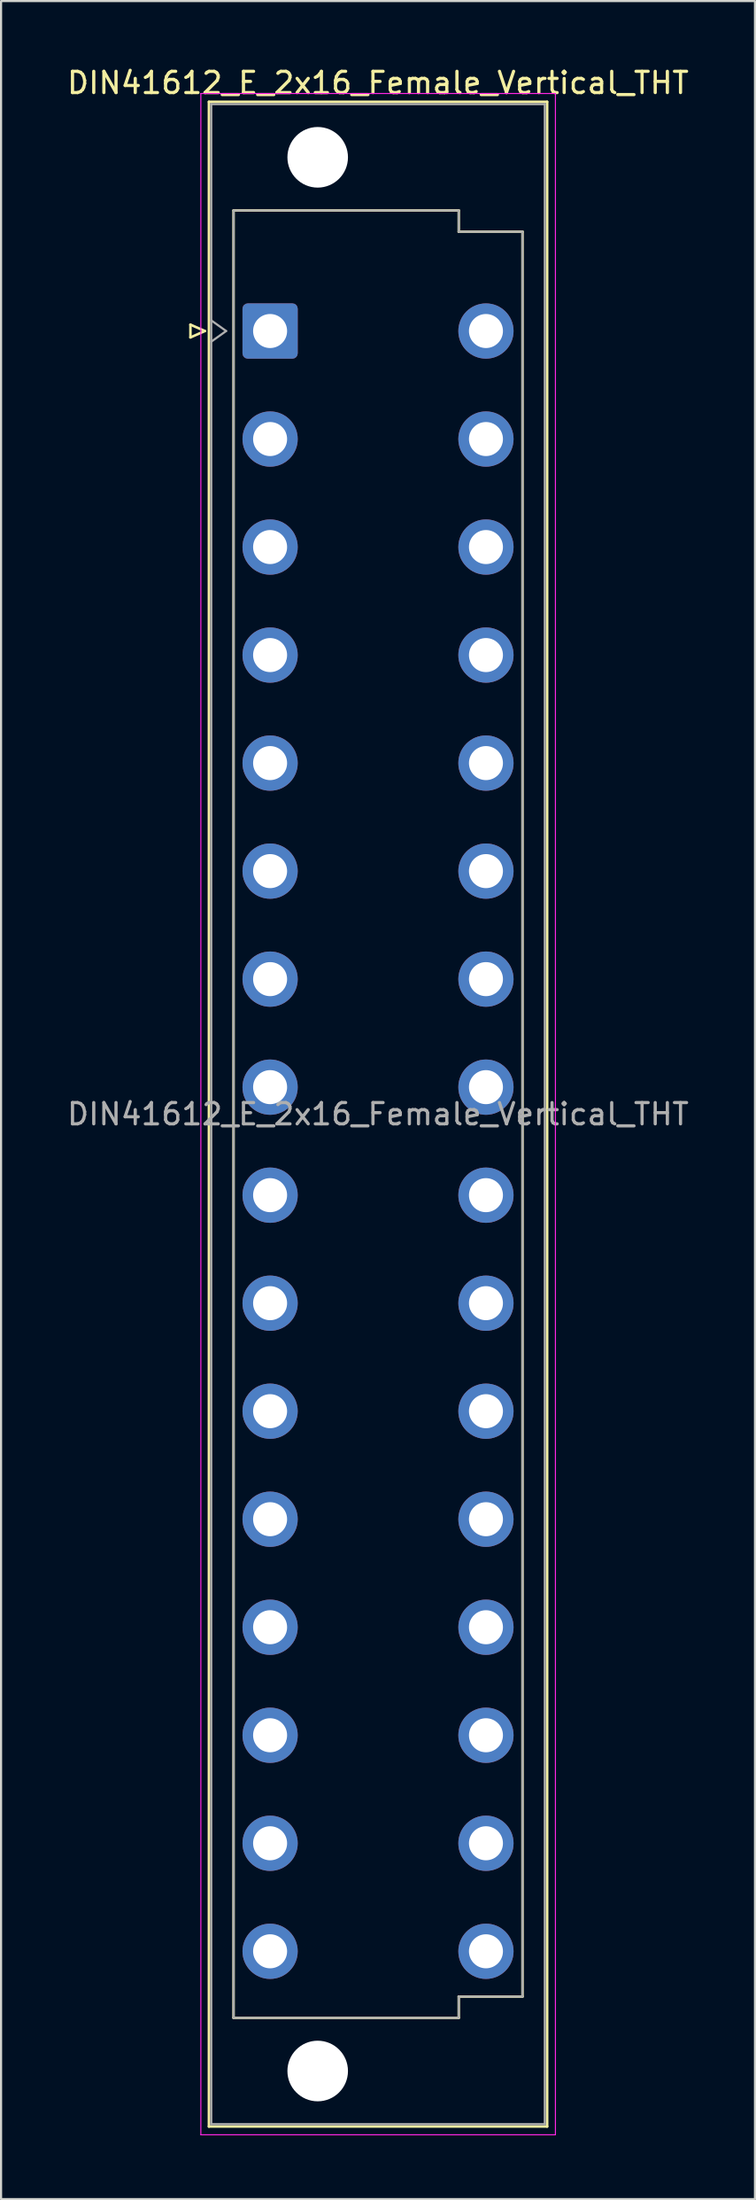
<source format=kicad_pcb>
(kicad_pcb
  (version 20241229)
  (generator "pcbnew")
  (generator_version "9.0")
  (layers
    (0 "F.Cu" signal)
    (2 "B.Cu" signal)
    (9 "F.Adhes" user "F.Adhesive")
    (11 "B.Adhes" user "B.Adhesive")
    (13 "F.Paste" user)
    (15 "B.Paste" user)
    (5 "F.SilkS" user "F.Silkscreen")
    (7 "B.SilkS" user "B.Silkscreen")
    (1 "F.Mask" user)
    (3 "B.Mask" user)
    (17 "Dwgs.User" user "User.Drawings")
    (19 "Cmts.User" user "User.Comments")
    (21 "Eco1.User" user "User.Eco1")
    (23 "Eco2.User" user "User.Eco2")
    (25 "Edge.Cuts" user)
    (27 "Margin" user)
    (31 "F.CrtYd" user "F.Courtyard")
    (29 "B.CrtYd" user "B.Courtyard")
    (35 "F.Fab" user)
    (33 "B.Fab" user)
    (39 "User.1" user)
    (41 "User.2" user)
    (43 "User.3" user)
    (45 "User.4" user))
  (footprint "DIN41612_E_2x16_Female_Vertical_THT"
    (layer "F.Cu")
    (at 9.664 9.978)
    (property "Reference" "DIN41612_E_2x16_Female_Vertical_THT" (at 5.08 -9.13 0) (layer "F.SilkS") (effects (font (size 1 1) (thickness 0.15))))
    (attr through_hole)
    (fp_line (start -3.75 2.24) (end -3.75 2.84) (stroke (width 0.12) (type solid)) (layer "F.SilkS"))
    (fp_line (start -3.75 2.84) (end -3.07 2.54) (stroke (width 0.12) (type solid)) (layer "F.SilkS"))
    (fp_line (start -3.07 2.54) (end -3.75 2.24) (stroke (width 0.12) (type solid)) (layer "F.SilkS"))
    (fp_line (start -2.88 -8.24) (end 13.04 -8.24) (stroke (width 0.12) (type solid)) (layer "F.SilkS"))
    (fp_line (start -2.88 86.98) (end -2.88 -8.24) (stroke (width 0.12) (type solid)) (layer "F.SilkS"))
    (fp_line (start -1.72 -3.131) (end 8.88 -3.131) (stroke (width 0.12) (type solid)) (layer "F.SilkS"))
    (fp_line (start -1.72 81.87) (end -1.72 -3.131) (stroke (width 0.12) (type solid)) (layer "F.SilkS"))
    (fp_line (start 8.88 -3.131) (end 8.88 -2.131) (stroke (width 0.12) (type solid)) (layer "F.SilkS"))
    (fp_line (start 8.88 -2.131) (end 11.88 -2.131) (stroke (width 0.12) (type solid)) (layer "F.SilkS"))
    (fp_line (start 8.88 80.87) (end 8.88 81.87) (stroke (width 0.12) (type solid)) (layer "F.SilkS"))
    (fp_line (start 8.88 81.87) (end -1.72 81.87) (stroke (width 0.12) (type solid)) (layer "F.SilkS"))
    (fp_line (start 11.88 -2.131) (end 11.88 80.87) (stroke (width 0.12) (type solid)) (layer "F.SilkS"))
    (fp_line (start 11.88 80.87) (end 8.88 80.87) (stroke (width 0.12) (type solid)) (layer "F.SilkS"))
    (fp_line (start 13.04 -8.24) (end 13.04 86.98) (stroke (width 0.12) (type solid)) (layer "F.SilkS"))
    (fp_line (start 13.04 86.98) (end -2.88 86.98) (stroke (width 0.12) (type solid)) (layer "F.SilkS"))
    (fp_line (start -3.26 -8.63) (end 13.43 -8.63) (stroke (width 0.05) (type solid)) (layer "F.CrtYd"))
    (fp_line (start -3.26 87.37) (end -3.26 -8.63) (stroke (width 0.05) (type solid)) (layer "F.CrtYd"))
    (fp_line (start 13.43 -8.63) (end 13.43 87.37) (stroke (width 0.05) (type solid)) (layer "F.CrtYd"))
    (fp_line (start 13.43 87.37) (end -3.26 87.37) (stroke (width 0.05) (type solid)) (layer "F.CrtYd"))
    (fp_line (start -2.77 -8.13) (end 12.93 -8.13) (stroke (width 0.1) (type solid)) (layer "F.Fab"))
    (fp_line (start -2.77 2.04) (end -2.07 2.54) (stroke (width 0.1) (type solid)) (layer "F.Fab"))
    (fp_line (start -2.77 86.87) (end -2.77 -8.13) (stroke (width 0.1) (type solid)) (layer "F.Fab"))
    (fp_line (start -2.07 2.54) (end -2.77 3.04) (stroke (width 0.1) (type solid)) (layer "F.Fab"))
    (fp_line (start -1.72 -3.13) (end 8.88 -3.13) (stroke (width 0.1) (type solid)) (layer "F.Fab"))
    (fp_line (start -1.72 81.87) (end -1.72 -3.13) (stroke (width 0.1) (type solid)) (layer "F.Fab"))
    (fp_line (start 8.88 -3.13) (end 8.88 -2.13) (stroke (width 0.1) (type solid)) (layer "F.Fab"))
    (fp_line (start 8.88 -2.13) (end 11.88 -2.13) (stroke (width 0.1) (type solid)) (layer "F.Fab"))
    (fp_line (start 8.88 80.87) (end 8.88 81.87) (stroke (width 0.1) (type solid)) (layer "F.Fab"))
    (fp_line (start 8.88 81.87) (end -1.72 81.87) (stroke (width 0.1) (type solid)) (layer "F.Fab"))
    (fp_line (start 11.88 -2.13) (end 11.88 80.87) (stroke (width 0.1) (type solid)) (layer "F.Fab"))
    (fp_line (start 11.88 80.87) (end 8.88 80.87) (stroke (width 0.1) (type solid)) (layer "F.Fab"))
    (fp_line (start 12.93 -8.13) (end 12.93 86.87) (stroke (width 0.1) (type solid)) (layer "F.Fab"))
    (fp_line (start 12.93 86.87) (end -2.77 86.87) (stroke (width 0.1) (type solid)) (layer "F.Fab"))
    (fp_text user "${REFERENCE}" (at 5.08 39.37 0) (layer "F.Fab") (effects (font (size 1 1) (thickness 0.15))))
    (pad "" np_thru_hole circle (at 2.24 -5.63) (size 2.85 2.85) (drill 2.85) (layers "*.Cu" "*.Mask"))
    (pad "" np_thru_hole circle (at 2.24 84.37) (size 2.85 2.85) (drill 2.85) (layers "*.Cu" "*.Mask"))
    (pad "a2" thru_hole roundrect (at 0 2.54) (size 2.6 2.6) (drill 1.6) (layers "*.Cu" "*.Mask") (roundrect_rratio 0.096))
    (pad "a4" thru_hole circle (at 0 7.62) (size 2.6 2.6) (drill 1.6) (layers "*.Cu" "*.Mask"))
    (pad "a6" thru_hole circle (at 0 12.7) (size 2.6 2.6) (drill 1.6) (layers "*.Cu" "*.Mask"))
    (pad "a8" thru_hole circle (at 0 17.78) (size 2.6 2.6) (drill 1.6) (layers "*.Cu" "*.Mask"))
    (pad "a10" thru_hole circle (at 0 22.86) (size 2.6 2.6) (drill 1.6) (layers "*.Cu" "*.Mask"))
    (pad "a12" thru_hole circle (at 0 27.94) (size 2.6 2.6) (drill 1.6) (layers "*.Cu" "*.Mask"))
    (pad "a14" thru_hole circle (at 0 33.02) (size 2.6 2.6) (drill 1.6) (layers "*.Cu" "*.Mask"))
    (pad "a16" thru_hole circle (at 0 38.1) (size 2.6 2.6) (drill 1.6) (layers "*.Cu" "*.Mask"))
    (pad "a18" thru_hole circle (at 0 43.18) (size 2.6 2.6) (drill 1.6) (layers "*.Cu" "*.Mask"))
    (pad "a20" thru_hole circle (at 0 48.26) (size 2.6 2.6) (drill 1.6) (layers "*.Cu" "*.Mask"))
    (pad "a22" thru_hole circle (at 0 53.34) (size 2.6 2.6) (drill 1.6) (layers "*.Cu" "*.Mask"))
    (pad "a24" thru_hole circle (at 0 58.42) (size 2.6 2.6) (drill 1.6) (layers "*.Cu" "*.Mask"))
    (pad "a26" thru_hole circle (at 0 63.5) (size 2.6 2.6) (drill 1.6) (layers "*.Cu" "*.Mask"))
    (pad "a28" thru_hole circle (at 0 68.58) (size 2.6 2.6) (drill 1.6) (layers "*.Cu" "*.Mask"))
    (pad "a30" thru_hole circle (at 0 73.66) (size 2.6 2.6) (drill 1.6) (layers "*.Cu" "*.Mask"))
    (pad "a32" thru_hole circle (at 0 78.74) (size 2.6 2.6) (drill 1.6) (layers "*.Cu" "*.Mask"))
    (pad "e2" thru_hole circle (at 10.16 2.54) (size 2.6 2.6) (drill 1.6) (layers "*.Cu" "*.Mask"))
    (pad "e4" thru_hole circle (at 10.16 7.62) (size 2.6 2.6) (drill 1.6) (layers "*.Cu" "*.Mask"))
    (pad "e6" thru_hole circle (at 10.16 12.7) (size 2.6 2.6) (drill 1.6) (layers "*.Cu" "*.Mask"))
    (pad "e8" thru_hole circle (at 10.16 17.78) (size 2.6 2.6) (drill 1.6) (layers "*.Cu" "*.Mask"))
    (pad "e10" thru_hole circle (at 10.16 22.86) (size 2.6 2.6) (drill 1.6) (layers "*.Cu" "*.Mask"))
    (pad "e12" thru_hole circle (at 10.16 27.94) (size 2.6 2.6) (drill 1.6) (layers "*.Cu" "*.Mask"))
    (pad "e14" thru_hole circle (at 10.16 33.02) (size 2.6 2.6) (drill 1.6) (layers "*.Cu" "*.Mask"))
    (pad "e16" thru_hole circle (at 10.16 38.1) (size 2.6 2.6) (drill 1.6) (layers "*.Cu" "*.Mask"))
    (pad "e18" thru_hole circle (at 10.16 43.18) (size 2.6 2.6) (drill 1.6) (layers "*.Cu" "*.Mask"))
    (pad "e20" thru_hole circle (at 10.16 48.26) (size 2.6 2.6) (drill 1.6) (layers "*.Cu" "*.Mask"))
    (pad "e22" thru_hole circle (at 10.16 53.34) (size 2.6 2.6) (drill 1.6) (layers "*.Cu" "*.Mask"))
    (pad "e24" thru_hole circle (at 10.16 58.42) (size 2.6 2.6) (drill 1.6) (layers "*.Cu" "*.Mask"))
    (pad "e26" thru_hole circle (at 10.16 63.5) (size 2.6 2.6) (drill 1.6) (layers "*.Cu" "*.Mask"))
    (pad "e28" thru_hole circle (at 10.16 68.58) (size 2.6 2.6) (drill 1.6) (layers "*.Cu" "*.Mask"))
    (pad "e30" thru_hole circle (at 10.16 73.66) (size 2.6 2.6) (drill 1.6) (layers "*.Cu" "*.Mask"))
    (pad "e32" thru_hole circle (at 10.16 78.74) (size 2.6 2.6) (drill 1.6) (layers "*.Cu" "*.Mask")))
  (gr_rect
    (start -3 -3)
    (end 32.488 100.373)
    (stroke (width 0.1) (type default))
    (fill no)
    (layer "Edge.Cuts")))
</source>
